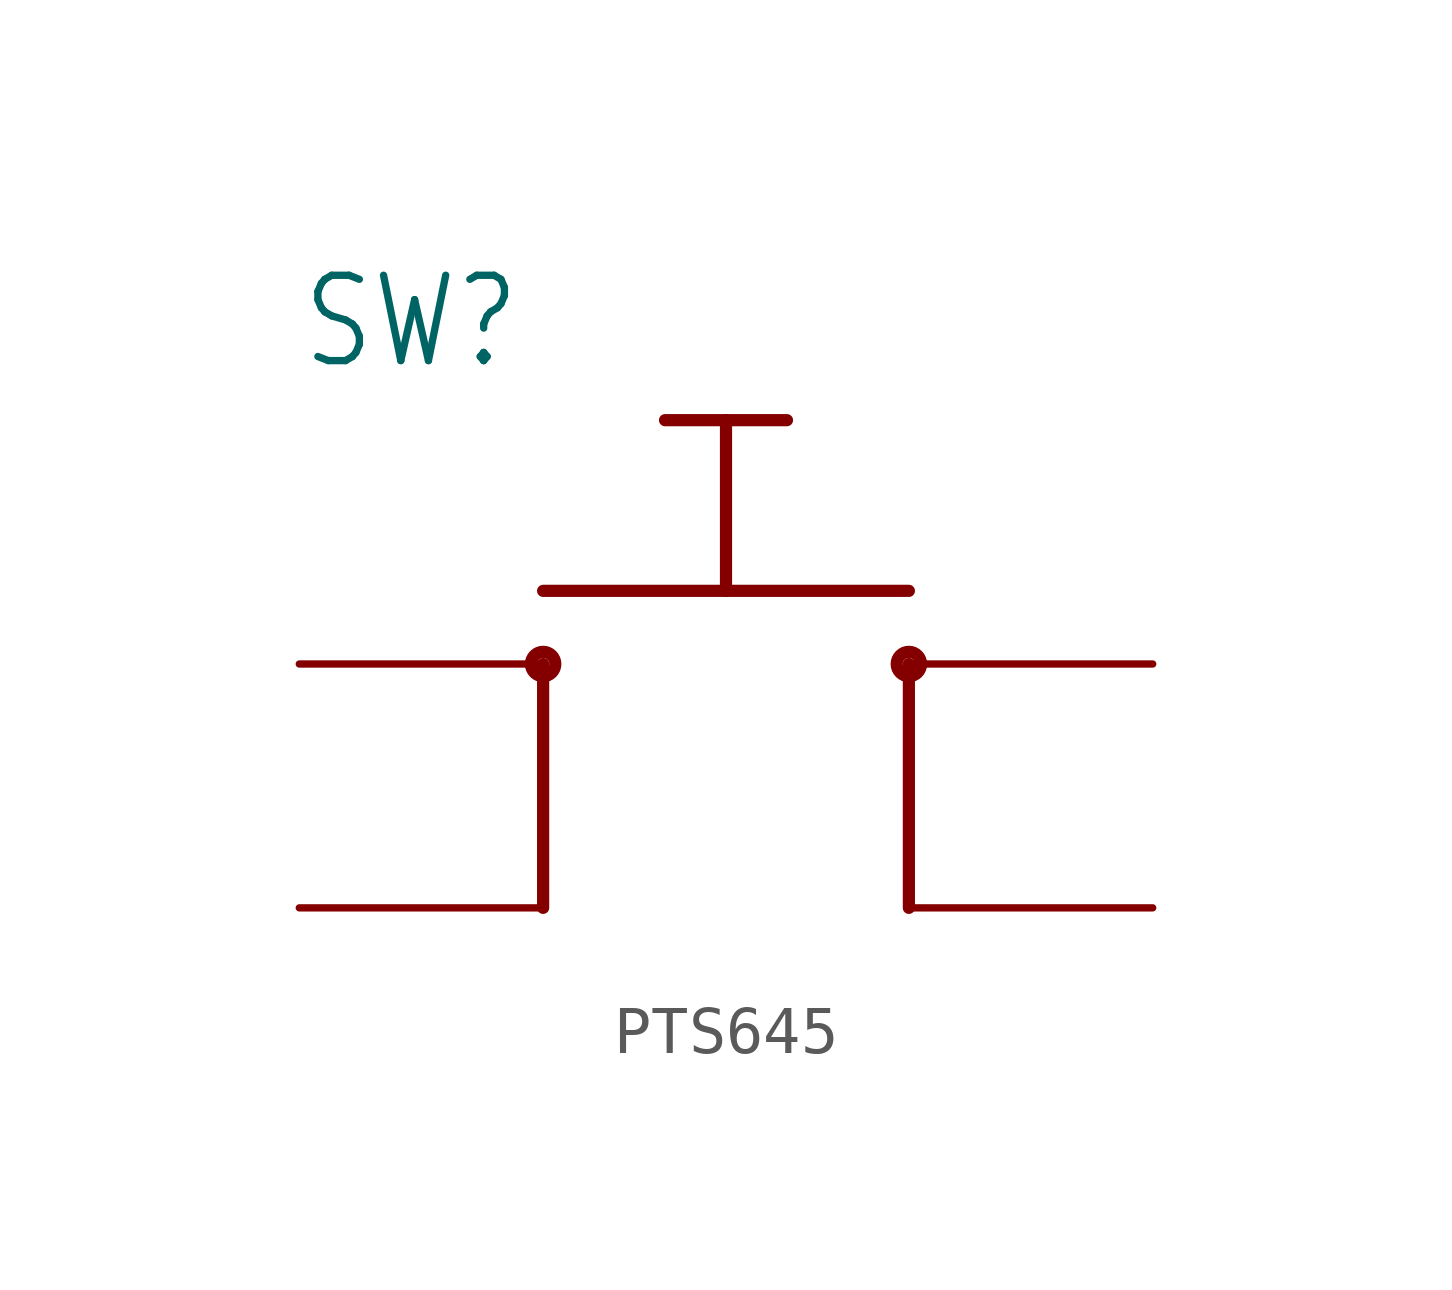
<source format=kicad_sym>
(kicad_symbol_lib
  (version 20231120)
  (generator "kicad_symbol_editor")
  (generator_version "8.0")
  (symbol "PTS645"
    (property "Reference" "SW"
      (at -7.62 8.636 0)
      (effects (font (size 1.778 1.511)) (justify left bottom)))
    (property "ki_locked" ""
      (at 0 0 0)
      (effects (font (size 1.27 1.27))))
    (symbol "PTS645_1_0"
      (circle (center -2.54 2.54) (radius 0.254) (stroke (width 0.254) (type solid)) (fill (type none)))
      (polyline (pts (xy -2.54 -2.54) (xy -2.54 2.54)) (stroke (width 0.254) (type solid)) (fill (type none)))
      (polyline (pts (xy 0 7.62) (xy 1.27 7.62)) (stroke (width 0.254) (type solid)) (fill (type none)))
      (polyline (pts (xy 1.27 4.064) (xy -2.54 4.064)) (stroke (width 0.254) (type solid)) (fill (type none)))
      (polyline (pts (xy 1.27 4.064) (xy 5.08 4.064)) (stroke (width 0.254) (type solid)) (fill (type none)))
      (polyline (pts (xy 1.27 7.62) (xy 1.27 4.064)) (stroke (width 0.254) (type solid)) (fill (type none)))
      (polyline (pts (xy 1.27 7.62) (xy 2.54 7.62)) (stroke (width 0.254) (type solid)) (fill (type none)))
      (polyline (pts (xy 5.08 -2.54) (xy 5.08 2.54)) (stroke (width 0.254) (type solid)) (fill (type none)))
      (circle (center 5.08 2.54) (radius 0.254) (stroke (width 0.254) (type solid)) (fill (type none)))
      (pin bidirectional line (at -7.62 2.54 0) (length 5.08) (name "1" (effects (font (size 0 0)))) (number "P$1" (effects (font (size 0 0)))))
      (pin bidirectional line (at -7.62 -2.54 0) (length 5.08) (name "2" (effects (font (size 0 0)))) (number "P$2" (effects (font (size 0 0)))))
      (pin bidirectional line (at 10.16 2.54 180) (length 5.08) (name "3" (effects (font (size 0 0)))) (number "P$3" (effects (font (size 0 0)))))
      (pin bidirectional line (at 10.16 -2.54 180) (length 5.08) (name "4" (effects (font (size 0 0)))) (number "P$4" (effects (font (size 0 0))))))))
</source>
